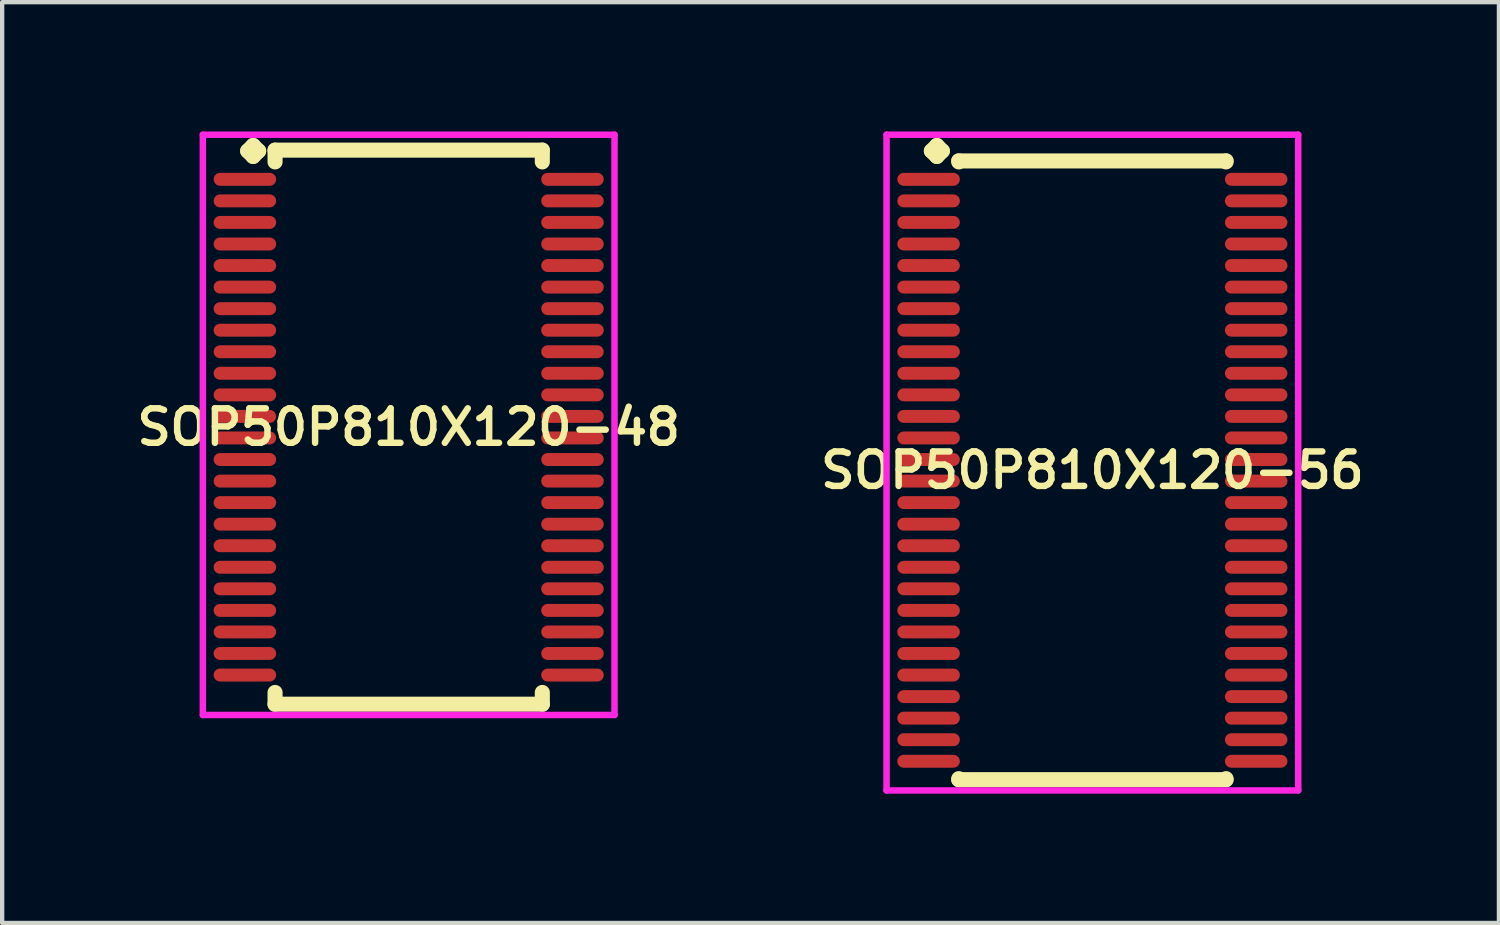
<source format=kicad_pcb>
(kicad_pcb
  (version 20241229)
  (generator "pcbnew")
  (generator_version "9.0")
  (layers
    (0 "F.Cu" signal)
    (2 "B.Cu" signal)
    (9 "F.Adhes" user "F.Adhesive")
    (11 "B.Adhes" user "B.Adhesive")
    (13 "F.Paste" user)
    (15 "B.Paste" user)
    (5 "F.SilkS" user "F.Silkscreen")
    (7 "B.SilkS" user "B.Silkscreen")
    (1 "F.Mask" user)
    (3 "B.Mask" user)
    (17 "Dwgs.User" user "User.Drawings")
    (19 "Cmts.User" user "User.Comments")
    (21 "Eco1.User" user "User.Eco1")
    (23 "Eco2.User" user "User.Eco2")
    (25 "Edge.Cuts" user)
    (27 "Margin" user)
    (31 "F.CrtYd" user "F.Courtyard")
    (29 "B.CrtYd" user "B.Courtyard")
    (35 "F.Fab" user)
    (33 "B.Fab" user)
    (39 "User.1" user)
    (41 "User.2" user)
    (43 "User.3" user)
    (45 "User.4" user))
  (footprint "SOP50P810X120-56"
    (layer "F.Cu")
    (at 22.292 7.86)
    (property "Reference" "SOP50P810X120-56" (at 0 0 0) (layer "F.SilkS") (effects (font (size 0.8 0.8) (thickness 0.15))))
    (attr smd)
    (fp_line (start -3.735 -7.408) (end -3.608 -7.535) (stroke (width 0.35) (type solid)) (layer "F.SilkS"))
    (fp_line (start -3.608 -7.535) (end -3.481 -7.408) (stroke (width 0.35) (type solid)) (layer "F.SilkS"))
    (fp_line (start -3.608 -7.281) (end -3.735 -7.408) (stroke (width 0.35) (type solid)) (layer "F.SilkS"))
    (fp_line (start -3.481 -7.408) (end -3.608 -7.281) (stroke (width 0.35) (type solid)) (layer "F.SilkS"))
    (fp_line (start -3.1 -7.177) (end 3.1 -7.177) (stroke (width 0.35) (type solid)) (layer "F.SilkS"))
    (fp_line (start -3.1 -7.154) (end -3.1 -7.177) (stroke (width 0.35) (type solid)) (layer "F.SilkS"))
    (fp_line (start -3.1 7.154) (end -3.1 7.177) (stroke (width 0.35) (type solid)) (layer "F.SilkS"))
    (fp_line (start -3.1 7.177) (end 3.1 7.177) (stroke (width 0.35) (type solid)) (layer "F.SilkS"))
    (fp_line (start 3.1 -7.177) (end 3.1 -7.154) (stroke (width 0.35) (type solid)) (layer "F.SilkS"))
    (fp_line (start 3.1 7.177) (end 3.1 7.154) (stroke (width 0.35) (type solid)) (layer "F.SilkS"))
    (fp_line (start -4.775 -7.785) (end 4.775 -7.785) (stroke (width 0.15) (type solid)) (layer "F.CrtYd"))
    (fp_line (start -4.775 7.427) (end -4.775 -7.785) (stroke (width 0.15) (type solid)) (layer "F.CrtYd"))
    (fp_line (start 4.775 -7.785) (end 4.775 7.427) (stroke (width 0.15) (type solid)) (layer "F.CrtYd"))
    (fp_line (start 4.775 7.427) (end -4.775 7.427) (stroke (width 0.15) (type solid)) (layer "F.CrtYd"))
    (pad "1" smd oval (at -3.8 -6.75) (size 1.45 0.3) (layers "F.Cu" "F.Mask" "F.Paste"))
    (pad "2" smd oval (at -3.8 -6.25) (size 1.45 0.3) (layers "F.Cu" "F.Mask" "F.Paste"))
    (pad "3" smd oval (at -3.8 -5.75) (size 1.45 0.3) (layers "F.Cu" "F.Mask" "F.Paste"))
    (pad "4" smd oval (at -3.8 -5.25) (size 1.45 0.3) (layers "F.Cu" "F.Mask" "F.Paste"))
    (pad "5" smd oval (at -3.8 -4.75) (size 1.45 0.3) (layers "F.Cu" "F.Mask" "F.Paste"))
    (pad "6" smd oval (at -3.8 -4.25) (size 1.45 0.3) (layers "F.Cu" "F.Mask" "F.Paste"))
    (pad "7" smd oval (at -3.8 -3.75) (size 1.45 0.3) (layers "F.Cu" "F.Mask" "F.Paste"))
    (pad "8" smd oval (at -3.8 -3.25) (size 1.45 0.3) (layers "F.Cu" "F.Mask" "F.Paste"))
    (pad "9" smd oval (at -3.8 -2.75) (size 1.45 0.3) (layers "F.Cu" "F.Mask" "F.Paste"))
    (pad "10" smd oval (at -3.8 -2.25) (size 1.45 0.3) (layers "F.Cu" "F.Mask" "F.Paste"))
    (pad "11" smd oval (at -3.8 -1.75) (size 1.45 0.3) (layers "F.Cu" "F.Mask" "F.Paste"))
    (pad "12" smd oval (at -3.8 -1.25) (size 1.45 0.3) (layers "F.Cu" "F.Mask" "F.Paste"))
    (pad "13" smd oval (at -3.8 -0.75) (size 1.45 0.3) (layers "F.Cu" "F.Mask" "F.Paste"))
    (pad "14" smd oval (at -3.8 -0.25) (size 1.45 0.3) (layers "F.Cu" "F.Mask" "F.Paste"))
    (pad "15" smd oval (at -3.8 0.25) (size 1.45 0.3) (layers "F.Cu" "F.Mask" "F.Paste"))
    (pad "16" smd oval (at -3.8 0.75) (size 1.45 0.3) (layers "F.Cu" "F.Mask" "F.Paste"))
    (pad "17" smd oval (at -3.8 1.25) (size 1.45 0.3) (layers "F.Cu" "F.Mask" "F.Paste"))
    (pad "18" smd oval (at -3.8 1.75) (size 1.45 0.3) (layers "F.Cu" "F.Mask" "F.Paste"))
    (pad "19" smd oval (at -3.8 2.25) (size 1.45 0.3) (layers "F.Cu" "F.Mask" "F.Paste"))
    (pad "20" smd oval (at -3.8 2.75) (size 1.45 0.3) (layers "F.Cu" "F.Mask" "F.Paste"))
    (pad "21" smd oval (at -3.8 3.25) (size 1.45 0.3) (layers "F.Cu" "F.Mask" "F.Paste"))
    (pad "22" smd oval (at -3.8 3.75) (size 1.45 0.3) (layers "F.Cu" "F.Mask" "F.Paste"))
    (pad "23" smd oval (at -3.8 4.25) (size 1.45 0.3) (layers "F.Cu" "F.Mask" "F.Paste"))
    (pad "24" smd oval (at -3.8 4.75) (size 1.45 0.3) (layers "F.Cu" "F.Mask" "F.Paste"))
    (pad "25" smd oval (at -3.8 5.25) (size 1.45 0.3) (layers "F.Cu" "F.Mask" "F.Paste"))
    (pad "26" smd oval (at -3.8 5.75) (size 1.45 0.3) (layers "F.Cu" "F.Mask" "F.Paste"))
    (pad "27" smd oval (at -3.8 6.25) (size 1.45 0.3) (layers "F.Cu" "F.Mask" "F.Paste"))
    (pad "28" smd oval (at -3.8 6.75) (size 1.45 0.3) (layers "F.Cu" "F.Mask" "F.Paste"))
    (pad "29" smd oval (at 3.8 6.75) (size 1.45 0.3) (layers "F.Cu" "F.Mask" "F.Paste"))
    (pad "30" smd oval (at 3.8 6.25) (size 1.45 0.3) (layers "F.Cu" "F.Mask" "F.Paste"))
    (pad "31" smd oval (at 3.8 5.75) (size 1.45 0.3) (layers "F.Cu" "F.Mask" "F.Paste"))
    (pad "32" smd oval (at 3.8 5.25) (size 1.45 0.3) (layers "F.Cu" "F.Mask" "F.Paste"))
    (pad "33" smd oval (at 3.8 4.75) (size 1.45 0.3) (layers "F.Cu" "F.Mask" "F.Paste"))
    (pad "34" smd oval (at 3.8 4.25) (size 1.45 0.3) (layers "F.Cu" "F.Mask" "F.Paste"))
    (pad "35" smd oval (at 3.8 3.75) (size 1.45 0.3) (layers "F.Cu" "F.Mask" "F.Paste"))
    (pad "36" smd oval (at 3.8 3.25) (size 1.45 0.3) (layers "F.Cu" "F.Mask" "F.Paste"))
    (pad "37" smd oval (at 3.8 2.75) (size 1.45 0.3) (layers "F.Cu" "F.Mask" "F.Paste"))
    (pad "38" smd oval (at 3.8 2.25) (size 1.45 0.3) (layers "F.Cu" "F.Mask" "F.Paste"))
    (pad "39" smd oval (at 3.8 1.75) (size 1.45 0.3) (layers "F.Cu" "F.Mask" "F.Paste"))
    (pad "40" smd oval (at 3.8 1.25) (size 1.45 0.3) (layers "F.Cu" "F.Mask" "F.Paste"))
    (pad "41" smd oval (at 3.8 0.75) (size 1.45 0.3) (layers "F.Cu" "F.Mask" "F.Paste"))
    (pad "42" smd oval (at 3.8 0.25) (size 1.45 0.3) (layers "F.Cu" "F.Mask" "F.Paste"))
    (pad "43" smd oval (at 3.8 -0.25) (size 1.45 0.3) (layers "F.Cu" "F.Mask" "F.Paste"))
    (pad "44" smd oval (at 3.8 -0.75) (size 1.45 0.3) (layers "F.Cu" "F.Mask" "F.Paste"))
    (pad "45" smd oval (at 3.8 -1.25) (size 1.45 0.3) (layers "F.Cu" "F.Mask" "F.Paste"))
    (pad "46" smd oval (at 3.8 -1.75) (size 1.45 0.3) (layers "F.Cu" "F.Mask" "F.Paste"))
    (pad "47" smd oval (at 3.8 -2.25) (size 1.45 0.3) (layers "F.Cu" "F.Mask" "F.Paste"))
    (pad "48" smd oval (at 3.8 -2.75) (size 1.45 0.3) (layers "F.Cu" "F.Mask" "F.Paste"))
    (pad "49" smd oval (at 3.8 -3.25) (size 1.45 0.3) (layers "F.Cu" "F.Mask" "F.Paste"))
    (pad "50" smd oval (at 3.8 -3.75) (size 1.45 0.3) (layers "F.Cu" "F.Mask" "F.Paste"))
    (pad "51" smd oval (at 3.8 -4.25) (size 1.45 0.3) (layers "F.Cu" "F.Mask" "F.Paste"))
    (pad "52" smd oval (at 3.8 -4.75) (size 1.45 0.3) (layers "F.Cu" "F.Mask" "F.Paste"))
    (pad "53" smd oval (at 3.8 -5.25) (size 1.45 0.3) (layers "F.Cu" "F.Mask" "F.Paste"))
    (pad "54" smd oval (at 3.8 -5.75) (size 1.45 0.3) (layers "F.Cu" "F.Mask" "F.Paste"))
    (pad "55" smd oval (at 3.8 -6.25) (size 1.45 0.3) (layers "F.Cu" "F.Mask" "F.Paste"))
    (pad "56" smd oval (at 3.8 -6.75) (size 1.45 0.3) (layers "F.Cu" "F.Mask" "F.Paste")))
  (footprint "SOP50P810X120-48"
    (layer "F.Cu")
    (at 6.431 6.86)
    (property "Reference" "SOP50P810X120-48" (at 0 0 0) (layer "F.SilkS") (effects (font (size 0.8 0.8) (thickness 0.15))))
    (attr smd)
    (fp_line (start -3.735 -6.408) (end -3.608 -6.535) (stroke (width 0.35) (type solid)) (layer "F.SilkS"))
    (fp_line (start -3.608 -6.535) (end -3.481 -6.408) (stroke (width 0.35) (type solid)) (layer "F.SilkS"))
    (fp_line (start -3.608 -6.281) (end -3.735 -6.408) (stroke (width 0.35) (type solid)) (layer "F.SilkS"))
    (fp_line (start -3.481 -6.408) (end -3.608 -6.281) (stroke (width 0.35) (type solid)) (layer "F.SilkS"))
    (fp_line (start -3.1 -6.427) (end 3.1 -6.427) (stroke (width 0.35) (type solid)) (layer "F.SilkS"))
    (fp_line (start -3.1 -6.154) (end -3.1 -6.427) (stroke (width 0.35) (type solid)) (layer "F.SilkS"))
    (fp_line (start -3.1 6.154) (end -3.1 6.427) (stroke (width 0.35) (type solid)) (layer "F.SilkS"))
    (fp_line (start -3.1 6.427) (end 3.1 6.427) (stroke (width 0.35) (type solid)) (layer "F.SilkS"))
    (fp_line (start 3.1 -6.427) (end 3.1 -6.154) (stroke (width 0.35) (type solid)) (layer "F.SilkS"))
    (fp_line (start 3.1 6.427) (end 3.1 6.154) (stroke (width 0.35) (type solid)) (layer "F.SilkS"))
    (fp_line (start -4.775 -6.785) (end 4.775 -6.785) (stroke (width 0.15) (type solid)) (layer "F.CrtYd"))
    (fp_line (start -4.775 6.677) (end -4.775 -6.785) (stroke (width 0.15) (type solid)) (layer "F.CrtYd"))
    (fp_line (start 4.775 -6.785) (end 4.775 6.677) (stroke (width 0.15) (type solid)) (layer "F.CrtYd"))
    (fp_line (start 4.775 6.677) (end -4.775 6.677) (stroke (width 0.15) (type solid)) (layer "F.CrtYd"))
    (pad "1" smd oval (at -3.8 -5.75) (size 1.45 0.3) (layers "F.Cu" "F.Mask" "F.Paste"))
    (pad "2" smd oval (at -3.8 -5.25) (size 1.45 0.3) (layers "F.Cu" "F.Mask" "F.Paste"))
    (pad "3" smd oval (at -3.8 -4.75) (size 1.45 0.3) (layers "F.Cu" "F.Mask" "F.Paste"))
    (pad "4" smd oval (at -3.8 -4.25) (size 1.45 0.3) (layers "F.Cu" "F.Mask" "F.Paste"))
    (pad "5" smd oval (at -3.8 -3.75) (size 1.45 0.3) (layers "F.Cu" "F.Mask" "F.Paste"))
    (pad "6" smd oval (at -3.8 -3.25) (size 1.45 0.3) (layers "F.Cu" "F.Mask" "F.Paste"))
    (pad "7" smd oval (at -3.8 -2.75) (size 1.45 0.3) (layers "F.Cu" "F.Mask" "F.Paste"))
    (pad "8" smd oval (at -3.8 -2.25) (size 1.45 0.3) (layers "F.Cu" "F.Mask" "F.Paste"))
    (pad "9" smd oval (at -3.8 -1.75) (size 1.45 0.3) (layers "F.Cu" "F.Mask" "F.Paste"))
    (pad "10" smd oval (at -3.8 -1.25) (size 1.45 0.3) (layers "F.Cu" "F.Mask" "F.Paste"))
    (pad "11" smd oval (at -3.8 -0.75) (size 1.45 0.3) (layers "F.Cu" "F.Mask" "F.Paste"))
    (pad "12" smd oval (at -3.8 -0.25) (size 1.45 0.3) (layers "F.Cu" "F.Mask" "F.Paste"))
    (pad "13" smd oval (at -3.8 0.25) (size 1.45 0.3) (layers "F.Cu" "F.Mask" "F.Paste"))
    (pad "14" smd oval (at -3.8 0.75) (size 1.45 0.3) (layers "F.Cu" "F.Mask" "F.Paste"))
    (pad "15" smd oval (at -3.8 1.25) (size 1.45 0.3) (layers "F.Cu" "F.Mask" "F.Paste"))
    (pad "16" smd oval (at -3.8 1.75) (size 1.45 0.3) (layers "F.Cu" "F.Mask" "F.Paste"))
    (pad "17" smd oval (at -3.8 2.25) (size 1.45 0.3) (layers "F.Cu" "F.Mask" "F.Paste"))
    (pad "18" smd oval (at -3.8 2.75) (size 1.45 0.3) (layers "F.Cu" "F.Mask" "F.Paste"))
    (pad "19" smd oval (at -3.8 3.25) (size 1.45 0.3) (layers "F.Cu" "F.Mask" "F.Paste"))
    (pad "20" smd oval (at -3.8 3.75) (size 1.45 0.3) (layers "F.Cu" "F.Mask" "F.Paste"))
    (pad "21" smd oval (at -3.8 4.25) (size 1.45 0.3) (layers "F.Cu" "F.Mask" "F.Paste"))
    (pad "22" smd oval (at -3.8 4.75) (size 1.45 0.3) (layers "F.Cu" "F.Mask" "F.Paste"))
    (pad "23" smd oval (at -3.8 5.25) (size 1.45 0.3) (layers "F.Cu" "F.Mask" "F.Paste"))
    (pad "24" smd oval (at -3.8 5.75) (size 1.45 0.3) (layers "F.Cu" "F.Mask" "F.Paste"))
    (pad "25" smd oval (at 3.8 5.75) (size 1.45 0.3) (layers "F.Cu" "F.Mask" "F.Paste"))
    (pad "26" smd oval (at 3.8 5.25) (size 1.45 0.3) (layers "F.Cu" "F.Mask" "F.Paste"))
    (pad "27" smd oval (at 3.8 4.75) (size 1.45 0.3) (layers "F.Cu" "F.Mask" "F.Paste"))
    (pad "28" smd oval (at 3.8 4.25) (size 1.45 0.3) (layers "F.Cu" "F.Mask" "F.Paste"))
    (pad "29" smd oval (at 3.8 3.75) (size 1.45 0.3) (layers "F.Cu" "F.Mask" "F.Paste"))
    (pad "30" smd oval (at 3.8 3.25) (size 1.45 0.3) (layers "F.Cu" "F.Mask" "F.Paste"))
    (pad "31" smd oval (at 3.8 2.75) (size 1.45 0.3) (layers "F.Cu" "F.Mask" "F.Paste"))
    (pad "32" smd oval (at 3.8 2.25) (size 1.45 0.3) (layers "F.Cu" "F.Mask" "F.Paste"))
    (pad "33" smd oval (at 3.8 1.75) (size 1.45 0.3) (layers "F.Cu" "F.Mask" "F.Paste"))
    (pad "34" smd oval (at 3.8 1.25) (size 1.45 0.3) (layers "F.Cu" "F.Mask" "F.Paste"))
    (pad "35" smd oval (at 3.8 0.75) (size 1.45 0.3) (layers "F.Cu" "F.Mask" "F.Paste"))
    (pad "36" smd oval (at 3.8 0.25) (size 1.45 0.3) (layers "F.Cu" "F.Mask" "F.Paste"))
    (pad "37" smd oval (at 3.8 -0.25) (size 1.45 0.3) (layers "F.Cu" "F.Mask" "F.Paste"))
    (pad "38" smd oval (at 3.8 -0.75) (size 1.45 0.3) (layers "F.Cu" "F.Mask" "F.Paste"))
    (pad "39" smd oval (at 3.8 -1.25) (size 1.45 0.3) (layers "F.Cu" "F.Mask" "F.Paste"))
    (pad "40" smd oval (at 3.8 -1.75) (size 1.45 0.3) (layers "F.Cu" "F.Mask" "F.Paste"))
    (pad "41" smd oval (at 3.8 -2.25) (size 1.45 0.3) (layers "F.Cu" "F.Mask" "F.Paste"))
    (pad "42" smd oval (at 3.8 -2.75) (size 1.45 0.3) (layers "F.Cu" "F.Mask" "F.Paste"))
    (pad "43" smd oval (at 3.8 -3.25) (size 1.45 0.3) (layers "F.Cu" "F.Mask" "F.Paste"))
    (pad "44" smd oval (at 3.8 -3.75) (size 1.45 0.3) (layers "F.Cu" "F.Mask" "F.Paste"))
    (pad "45" smd oval (at 3.8 -4.25) (size 1.45 0.3) (layers "F.Cu" "F.Mask" "F.Paste"))
    (pad "46" smd oval (at 3.8 -4.75) (size 1.45 0.3) (layers "F.Cu" "F.Mask" "F.Paste"))
    (pad "47" smd oval (at 3.8 -5.25) (size 1.45 0.3) (layers "F.Cu" "F.Mask" "F.Paste"))
    (pad "48" smd oval (at 3.8 -5.75) (size 1.45 0.3) (layers "F.Cu" "F.Mask" "F.Paste")))
  (gr_rect
    (start -3 -3)
    (end 31.723 18.362)
    (stroke (width 0.1) (type default))
    (fill no)
    (layer "Edge.Cuts")))
</source>
